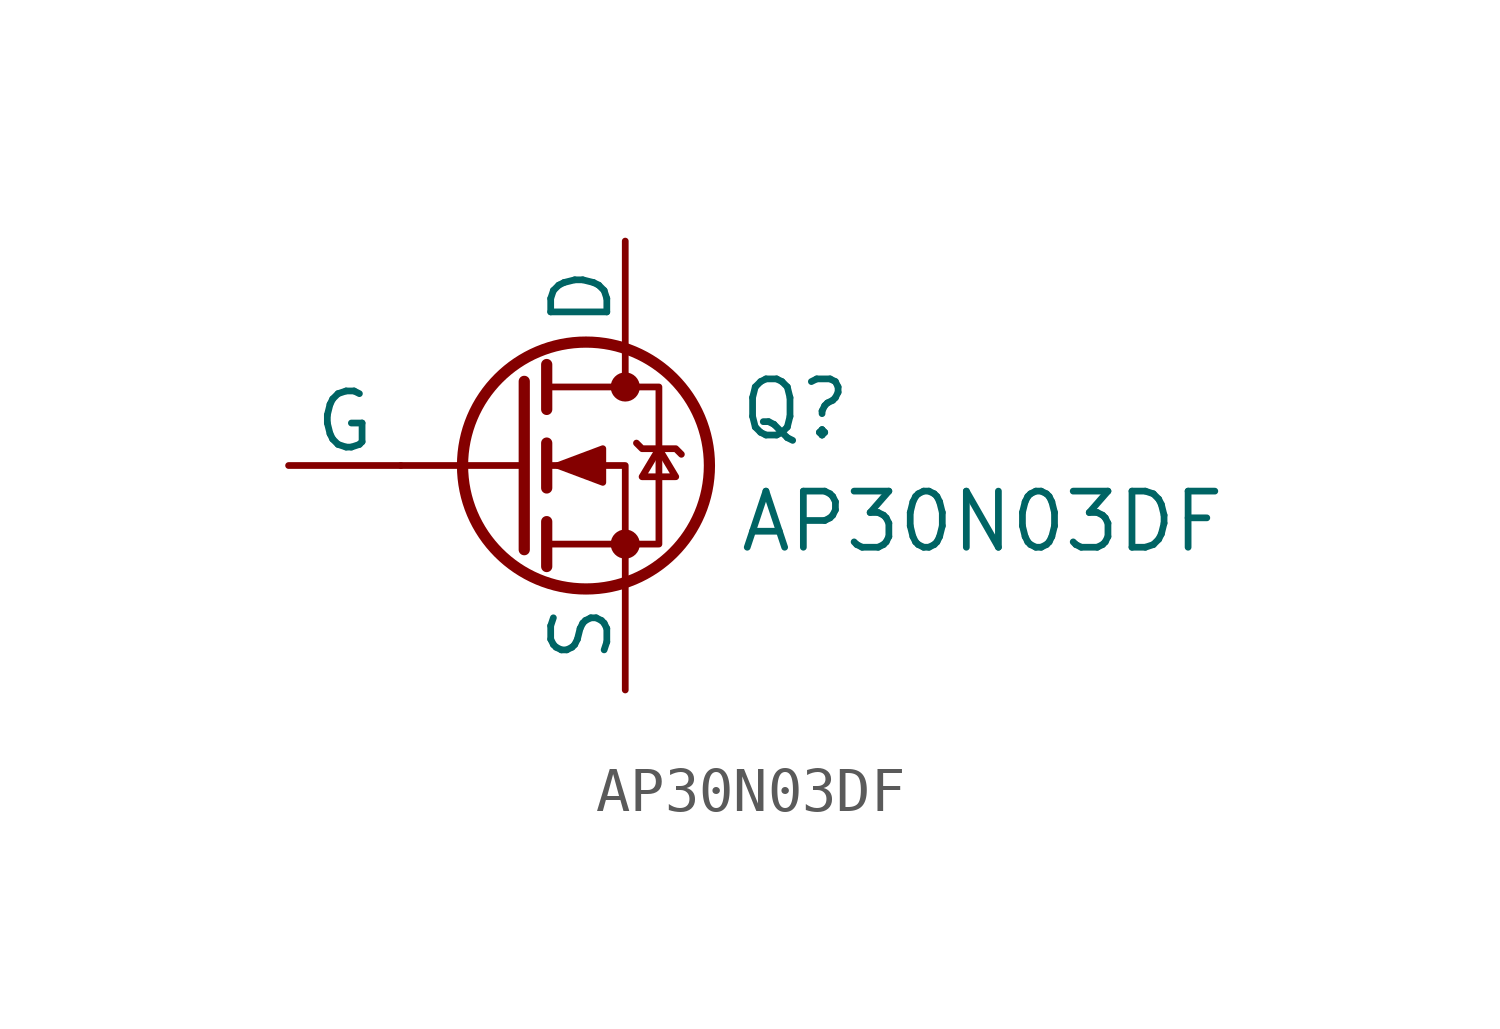
<source format=kicad_sym>
(kicad_symbol_lib
  (version 20241209)
  (generator "kicad_symbol_editor")
  (generator_version "9.0")
  (symbol "AP30N03DF"
    (pin_numbers
      (hide yes))
    (pin_names
      (offset 0))
    (property "Reference" "Q"
      (at 5.08 1.27 0)
      (effects (font (size 1.27 1.27)) (justify left)))
    (property "Value" "AP30N03DF"
      (at 5.08 -1.27 0)
      (effects (font (size 1.27 1.27)) (justify left)))
    (symbol "AP30N03DF_0_1"
      (polyline (pts (xy 0.254 1.905) (xy 0.254 -1.905)) (stroke (width 0.254) (type default)) (fill (type none)))
      (polyline (pts (xy 0.254 0) (xy -2.54 0)) (stroke (width 0) (type default)) (fill (type none)))
      (polyline (pts (xy 0.762 2.286) (xy 0.762 1.27)) (stroke (width 0.254) (type default)) (fill (type none)))
      (polyline (pts (xy 0.762 0.508) (xy 0.762 -0.508)) (stroke (width 0.254) (type default)) (fill (type none)))
      (polyline (pts (xy 0.762 -1.27) (xy 0.762 -2.286)) (stroke (width 0.254) (type default)) (fill (type none)))
      (polyline (pts (xy 0.762 -1.778) (xy 3.302 -1.778) (xy 3.302 1.778) (xy 0.762 1.778)) (stroke (width 0) (type default)) (fill (type none)))
      (polyline (pts (xy 1.016 0) (xy 2.032 0.381) (xy 2.032 -0.381) (xy 1.016 0)) (stroke (width 0) (type default)) (fill (type outline)))
      (circle (center 1.651 0) (radius 2.794) (stroke (width 0.254) (type default)) (fill (type none)))
      (polyline (pts (xy 2.54 2.54) (xy 2.54 1.778)) (stroke (width 0) (type default)) (fill (type none)))
      (circle (center 2.54 1.778) (radius 0.254) (stroke (width 0) (type default)) (fill (type outline)))
      (circle (center 2.54 -1.778) (radius 0.254) (stroke (width 0) (type default)) (fill (type outline)))
      (polyline (pts (xy 2.54 -2.54) (xy 2.54 0) (xy 0.762 0)) (stroke (width 0) (type default)) (fill (type none)))
      (polyline (pts (xy 2.794 0.508) (xy 2.921 0.381) (xy 3.683 0.381) (xy 3.81 0.254)) (stroke (width 0) (type default)) (fill (type none)))
      (polyline (pts (xy 3.302 0.381) (xy 2.921 -0.254) (xy 3.683 -0.254) (xy 3.302 0.381)) (stroke (width 0) (type default)) (fill (type none))))
    (symbol "AP30N03DF_1_1"
      (pin input line (at -5.08 0 0) (length 2.54) (name "G" (effects (font (size 1.27 1.27)))) (number "2" (effects (font (size 1.27 1.27)))))
      (pin passive line (at 2.54 5.08 270) (length 2.54) (name "D" (effects (font (size 1.27 1.27)))) (number "3" (effects (font (size 1.27 1.27)))))
      (pin passive line (at 2.54 -5.08 90) (length 2.54) (name "S" (effects (font (size 1.27 1.27)))) (number "1" (effects (font (size 1.27 1.27))))))))
</source>
